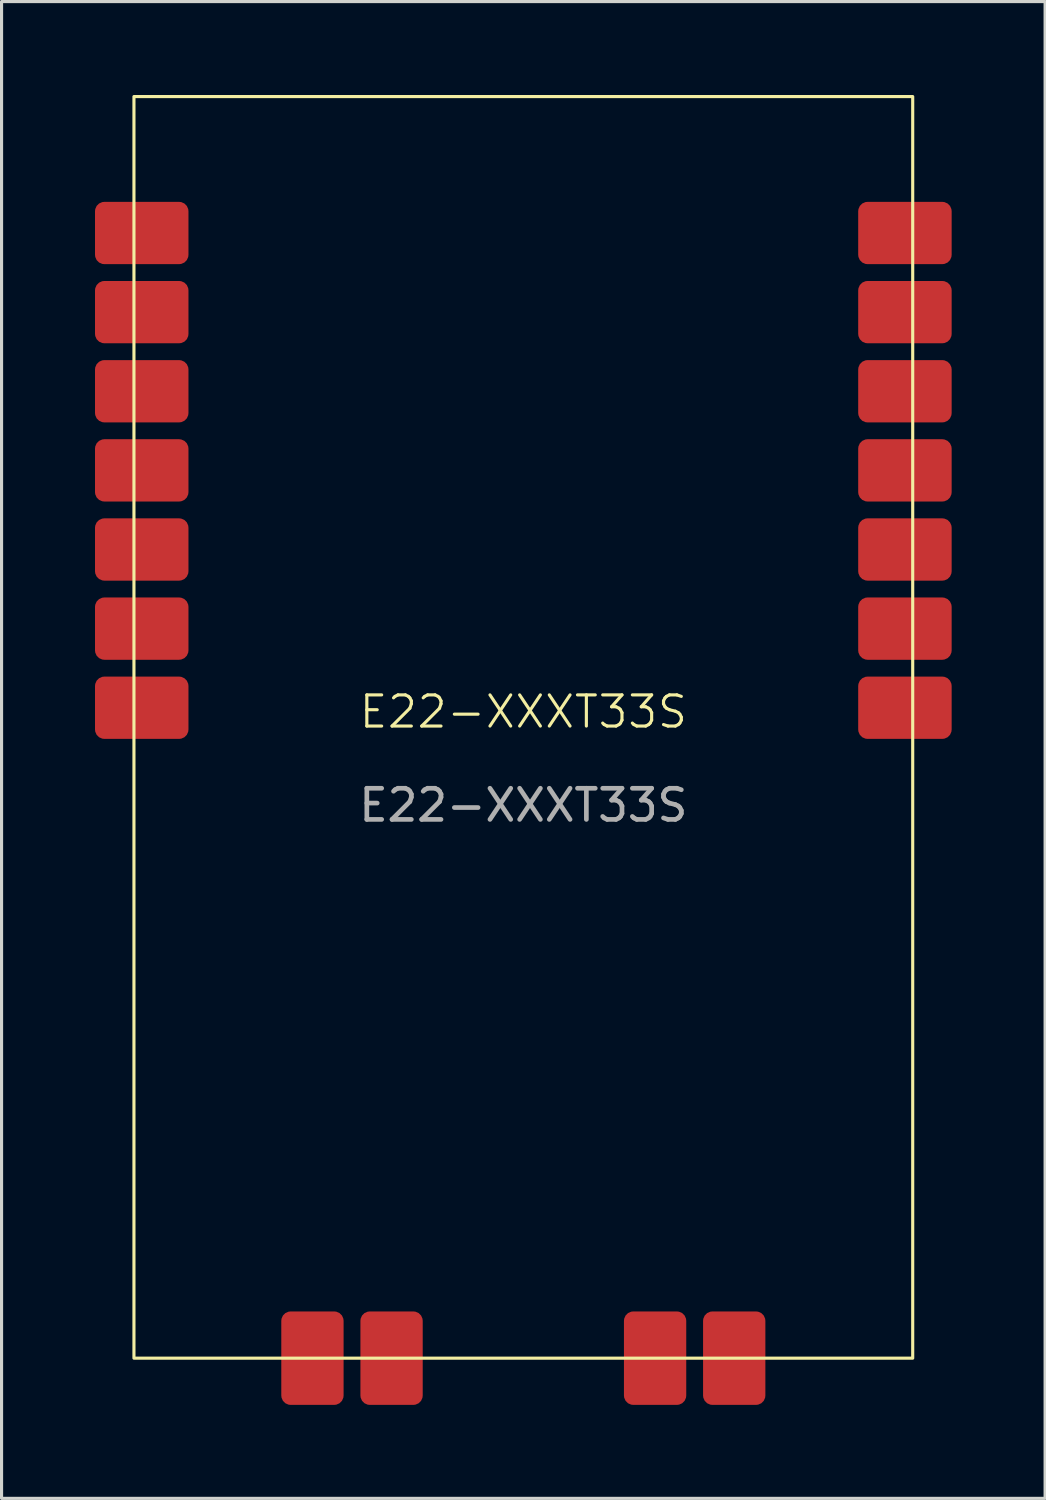
<source format=kicad_pcb>
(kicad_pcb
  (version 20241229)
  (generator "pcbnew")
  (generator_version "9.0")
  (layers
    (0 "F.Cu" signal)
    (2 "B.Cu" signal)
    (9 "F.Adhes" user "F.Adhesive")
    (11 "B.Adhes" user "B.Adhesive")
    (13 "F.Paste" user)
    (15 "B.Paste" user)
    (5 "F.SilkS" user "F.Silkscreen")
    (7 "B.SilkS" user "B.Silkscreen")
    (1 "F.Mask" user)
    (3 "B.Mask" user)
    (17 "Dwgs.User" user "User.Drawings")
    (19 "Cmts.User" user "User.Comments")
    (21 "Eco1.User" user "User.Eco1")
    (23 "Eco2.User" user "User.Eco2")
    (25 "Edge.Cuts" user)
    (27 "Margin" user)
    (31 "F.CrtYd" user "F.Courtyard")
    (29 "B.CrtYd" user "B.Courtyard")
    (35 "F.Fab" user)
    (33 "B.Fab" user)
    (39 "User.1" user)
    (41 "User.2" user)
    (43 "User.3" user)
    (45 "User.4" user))
  (footprint "E22-XXXT33S"
    (layer "F.Cu")
    (at 13.75 20.3)
    (property "Reference" "E22-XXXT33S" (at 0 -0.5 0) (unlocked yes) (layer "F.SilkS") (effects (font (size 1 1) (thickness 0.1))))
    (attr smd)
    (fp_rect (start -12.5 -20.25) (end 12.5 20.25) (stroke (width 0.1) (type solid)) (fill no) (layer "F.SilkS"))
    (fp_text user "${REFERENCE}" (at 0 2.5 0) (unlocked yes) (layer "F.Fab") (effects (font (size 1 1) (thickness 0.15))))
    (pad "1" smd roundrect (at -12.25 -15.87) (size 3 2) (layers "F.Cu" "F.Mask" "F.Paste") (roundrect_rratio 0.15))
    (pad "2" smd roundrect (at -12.25 -13.33) (size 3 2) (layers "F.Cu" "F.Mask" "F.Paste") (roundrect_rratio 0.15))
    (pad "3" smd roundrect (at -12.25 -10.79) (size 3 2) (layers "F.Cu" "F.Mask" "F.Paste") (roundrect_rratio 0.15))
    (pad "4" smd roundrect (at -12.25 -8.25) (size 3 2) (layers "F.Cu" "F.Mask" "F.Paste") (roundrect_rratio 0.15))
    (pad "5" smd roundrect (at -12.25 -5.71) (size 3 2) (layers "F.Cu" "F.Mask" "F.Paste") (roundrect_rratio 0.15))
    (pad "6" smd roundrect (at -12.25 -3.17) (size 3 2) (layers "F.Cu" "F.Mask" "F.Paste") (roundrect_rratio 0.15))
    (pad "7" smd roundrect (at -12.25 -0.63) (size 3 2) (layers "F.Cu" "F.Mask" "F.Paste") (roundrect_rratio 0.15))
    (pad "11" smd roundrect (at -6.77 20.25 90) (size 3 2) (layers "F.Cu" "F.Mask" "F.Paste") (roundrect_rratio 0.15))
    (pad "12" smd roundrect (at -4.23 20.25 90) (size 3 2) (layers "F.Cu" "F.Mask" "F.Paste") (roundrect_rratio 0.15))
    (pad "13" smd roundrect (at 4.23 20.25 90) (size 3 2) (layers "F.Cu" "F.Mask" "F.Paste") (roundrect_rratio 0.15))
    (pad "14" smd roundrect (at 6.77 20.25 90) (size 3 2) (layers "F.Cu" "F.Mask" "F.Paste") (roundrect_rratio 0.15))
    (pad "18" smd roundrect (at 12.25 -0.63) (size 3 2) (layers "F.Cu" "F.Mask" "F.Paste") (roundrect_rratio 0.15))
    (pad "19" smd roundrect (at 12.25 -3.17) (size 3 2) (layers "F.Cu" "F.Mask" "F.Paste") (roundrect_rratio 0.15))
    (pad "20" smd roundrect (at 12.25 -5.71) (size 3 2) (layers "F.Cu" "F.Mask" "F.Paste") (roundrect_rratio 0.15))
    (pad "21" smd roundrect (at 12.25 -8.25) (size 3 2) (layers "F.Cu" "F.Mask" "F.Paste") (roundrect_rratio 0.15))
    (pad "22" smd roundrect (at 12.25 -10.79) (size 3 2) (layers "F.Cu" "F.Mask" "F.Paste") (roundrect_rratio 0.15))
    (pad "23" smd roundrect (at 12.25 -13.33) (size 3 2) (layers "F.Cu" "F.Mask" "F.Paste") (roundrect_rratio 0.15))
    (pad "24" smd roundrect (at 12.25 -15.87) (size 3 2) (layers "F.Cu" "F.Mask" "F.Paste") (roundrect_rratio 0.15)))
  (gr_rect
    (start -3 -3)
    (end 30.5 45.05)
    (stroke (width 0.1) (type default))
    (fill no)
    (layer "Edge.Cuts")))
</source>
